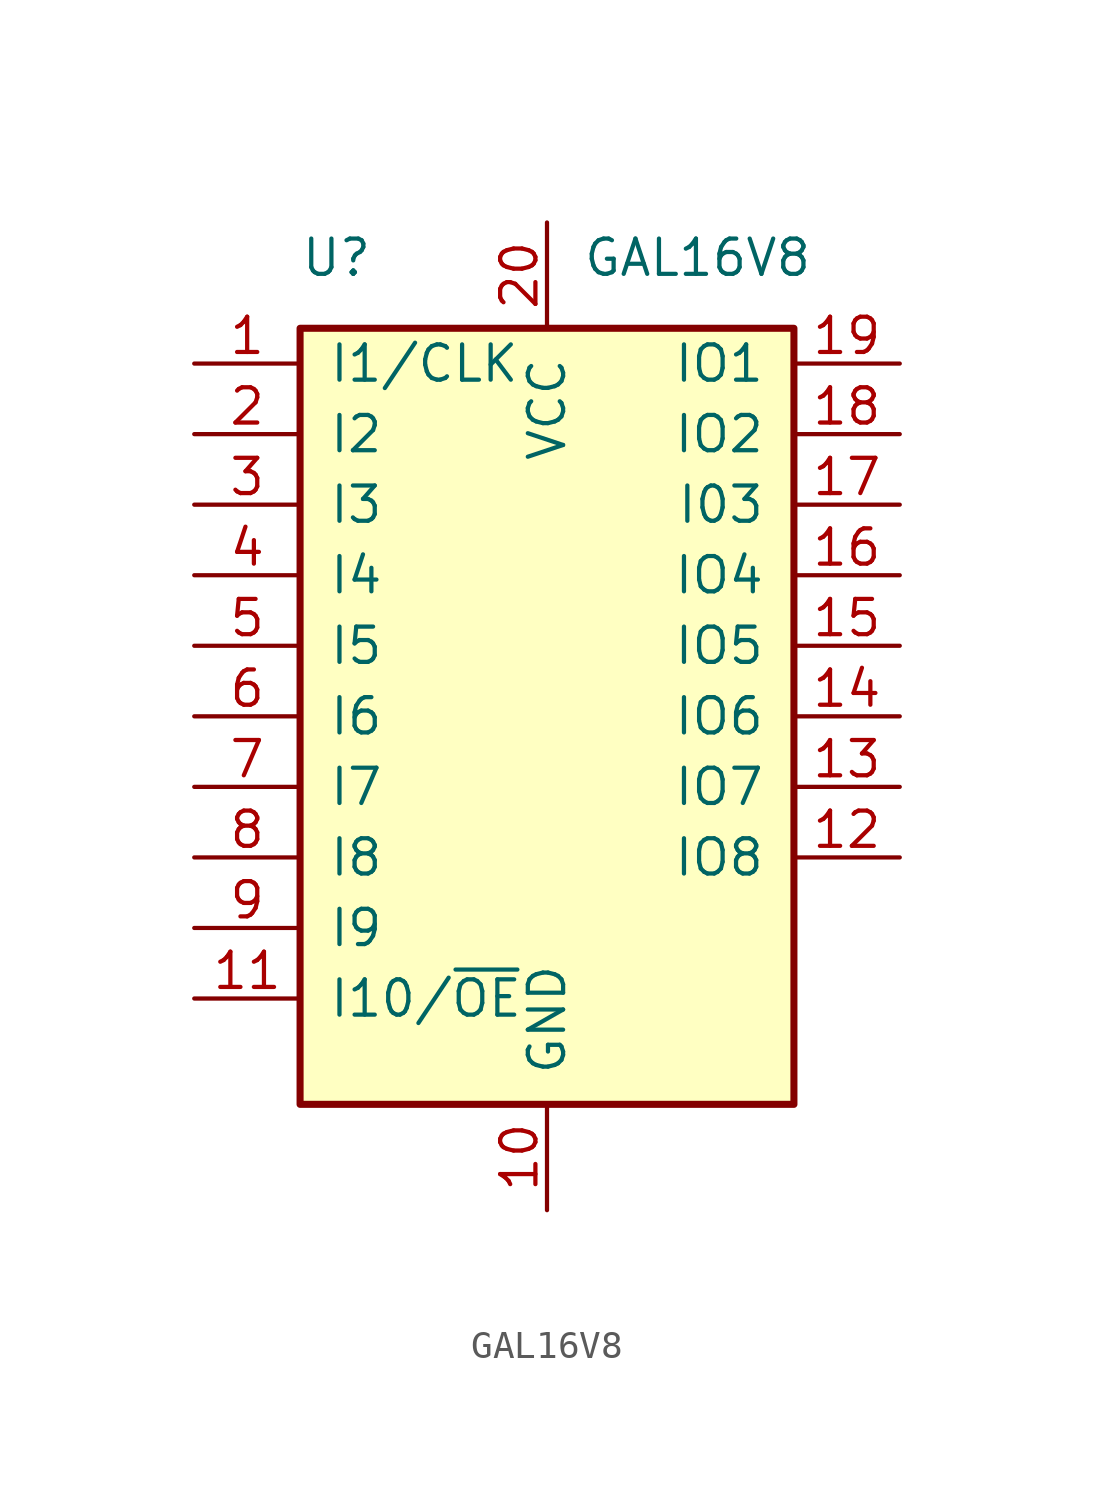
<source format=kicad_sym>
(kicad_symbol_lib
  (version 20201005)
  (generator kicad_symbol_editor)
  (symbol "Logic_Programmable:GAL16V8"
    (pin_names
      (offset 1.016))
    (property "Reference" "U"
      (at -8.89 16.51 0)
      (effects (font (size 1.27 1.27)) (justify left)))
    (property "Value" "GAL16V8"
      (at 1.27 16.51 0)
      (effects (font (size 1.27 1.27)) (justify left)))
    (symbol "GAL16V8_0_0"
      (pin power_in line (at 0 -17.78 90) (length 3.81) (name "GND" (effects (font (size 1.27 1.27)))) (number "10" (effects (font (size 1.27 1.27)))))
      (pin power_in line (at 0 17.78 270) (length 3.81) (name "VCC" (effects (font (size 1.27 1.27)))) (number "20" (effects (font (size 1.27 1.27))))))
    (symbol "GAL16V8_0_1"
      (rectangle (start -8.89 13.97) (end 8.89 -13.97) (stroke (width 0.254)) (fill (type background))))
    (symbol "GAL16V8_1_1"
      (pin input line (at -12.7 12.7 0) (length 3.81) (name "I1/CLK" (effects (font (size 1.27 1.27)))) (number "1" (effects (font (size 1.27 1.27)))))
      (pin input line (at -12.7 10.16 0) (length 3.81) (name "I2" (effects (font (size 1.27 1.27)))) (number "2" (effects (font (size 1.27 1.27)))))
      (pin input line (at -12.7 7.62 0) (length 3.81) (name "I3" (effects (font (size 1.27 1.27)))) (number "3" (effects (font (size 1.27 1.27)))))
      (pin input line (at -12.7 5.08 0) (length 3.81) (name "I4" (effects (font (size 1.27 1.27)))) (number "4" (effects (font (size 1.27 1.27)))))
      (pin input line (at -12.7 2.54 0) (length 3.81) (name "I5" (effects (font (size 1.27 1.27)))) (number "5" (effects (font (size 1.27 1.27)))))
      (pin input line (at -12.7 0 0) (length 3.81) (name "I6" (effects (font (size 1.27 1.27)))) (number "6" (effects (font (size 1.27 1.27)))))
      (pin input line (at -12.7 -2.54 0) (length 3.81) (name "I7" (effects (font (size 1.27 1.27)))) (number "7" (effects (font (size 1.27 1.27)))))
      (pin input line (at -12.7 -5.08 0) (length 3.81) (name "I8" (effects (font (size 1.27 1.27)))) (number "8" (effects (font (size 1.27 1.27)))))
      (pin input line (at -12.7 -7.62 0) (length 3.81) (name "I9" (effects (font (size 1.27 1.27)))) (number "9" (effects (font (size 1.27 1.27)))))
      (pin input line (at -12.7 -10.16 0) (length 3.81) (name "I10/~OE~" (effects (font (size 1.27 1.27)))) (number "11" (effects (font (size 1.27 1.27)))))
      (pin tri_state line (at 12.7 -5.08 180) (length 3.81) (name "IO8" (effects (font (size 1.27 1.27)))) (number "12" (effects (font (size 1.27 1.27)))))
      (pin tri_state line (at 12.7 -2.54 180) (length 3.81) (name "IO7" (effects (font (size 1.27 1.27)))) (number "13" (effects (font (size 1.27 1.27)))))
      (pin tri_state line (at 12.7 0 180) (length 3.81) (name "IO6" (effects (font (size 1.27 1.27)))) (number "14" (effects (font (size 1.27 1.27)))))
      (pin tri_state line (at 12.7 2.54 180) (length 3.81) (name "IO5" (effects (font (size 1.27 1.27)))) (number "15" (effects (font (size 1.27 1.27)))))
      (pin tri_state line (at 12.7 5.08 180) (length 3.81) (name "IO4" (effects (font (size 1.27 1.27)))) (number "16" (effects (font (size 1.27 1.27)))))
      (pin tri_state line (at 12.7 7.62 180) (length 3.81) (name "I03" (effects (font (size 1.27 1.27)))) (number "17" (effects (font (size 1.27 1.27)))))
      (pin tri_state line (at 12.7 10.16 180) (length 3.81) (name "IO2" (effects (font (size 1.27 1.27)))) (number "18" (effects (font (size 1.27 1.27)))))
      (pin tri_state line (at 12.7 12.7 180) (length 3.81) (name "IO1" (effects (font (size 1.27 1.27)))) (number "19" (effects (font (size 1.27 1.27))))))))
</source>
